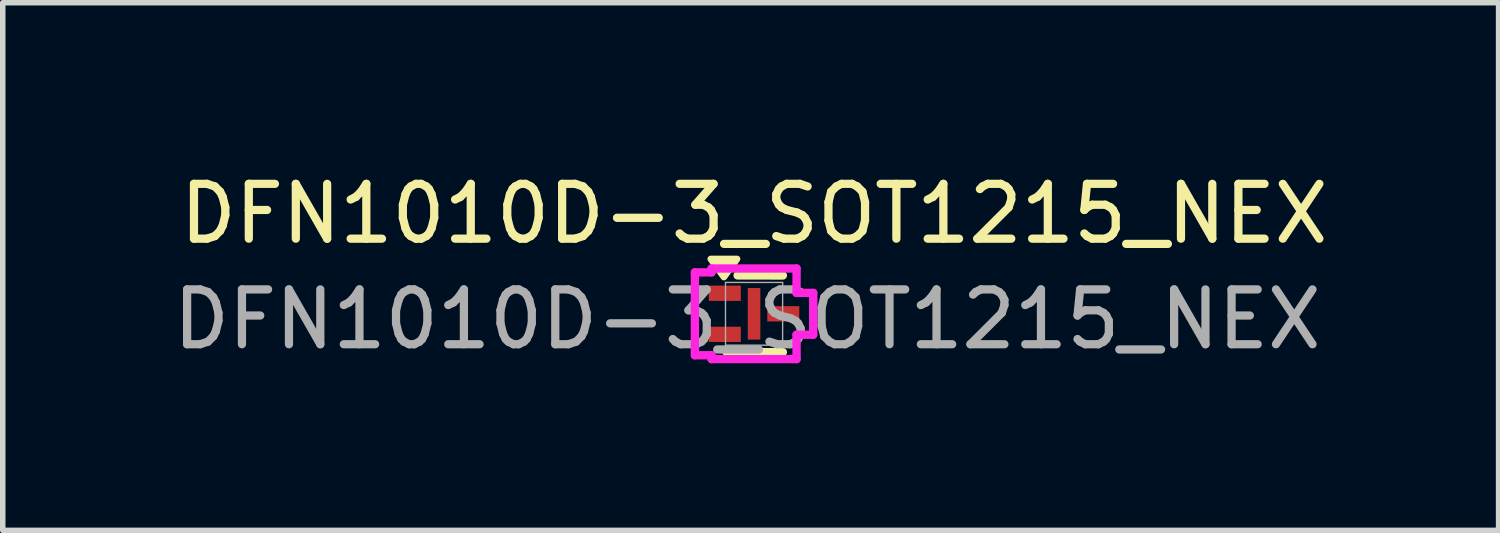
<source format=kicad_pcb>
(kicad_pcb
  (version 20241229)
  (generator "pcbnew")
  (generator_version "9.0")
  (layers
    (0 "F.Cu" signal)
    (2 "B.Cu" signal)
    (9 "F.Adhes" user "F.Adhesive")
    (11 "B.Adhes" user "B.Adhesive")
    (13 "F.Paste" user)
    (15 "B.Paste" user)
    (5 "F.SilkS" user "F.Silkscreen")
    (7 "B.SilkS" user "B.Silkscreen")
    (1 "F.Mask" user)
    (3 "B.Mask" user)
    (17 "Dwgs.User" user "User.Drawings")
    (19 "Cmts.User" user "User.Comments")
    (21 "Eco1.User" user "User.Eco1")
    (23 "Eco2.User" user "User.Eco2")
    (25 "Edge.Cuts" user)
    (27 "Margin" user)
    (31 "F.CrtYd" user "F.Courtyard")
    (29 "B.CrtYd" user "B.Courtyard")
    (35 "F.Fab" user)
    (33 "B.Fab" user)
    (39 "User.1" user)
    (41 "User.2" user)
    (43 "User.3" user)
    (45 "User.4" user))
  (footprint "DFN1010D-3_SOT1215_NEX"
    (layer "F.Cu")
    (at 10.702 2.673)
    (property "Reference" "DFN1010D-3_SOT1215_NEX" (at 0 -1.825 0) (unlocked yes) (layer "F.SilkS") (effects (font (size 1 1) (thickness 0.15))))
    (attr smd)
    (fp_line (start -0.5 0.7) (end 0.525 0.7) (stroke (width 0.152) (type solid)) (layer "F.SilkS"))
    (fp_line (start 0.525 -0.699) (end -0.3 -0.7) (stroke (width 0.152) (type solid)) (layer "F.SilkS"))
    (fp_poly (pts (xy -0.55 -0.67) (xy -0.79 -1) (xy -0.31 -1) (xy -0.55 -0.67)) (stroke (width 0.12) (type solid)) (fill yes) (layer "F.SilkS"))
    (fp_line (start -1.079 -0.756) (end -0.775 -0.756) (stroke (width 0.152) (type solid)) (layer "F.CrtYd"))
    (fp_line (start -1.079 0.756) (end -1.079 -0.756) (stroke (width 0.152) (type solid)) (layer "F.CrtYd"))
    (fp_line (start -0.775 -0.826) (end 0.775 -0.826) (stroke (width 0.152) (type solid)) (layer "F.CrtYd"))
    (fp_line (start -0.775 -0.756) (end -0.775 -0.826) (stroke (width 0.152) (type solid)) (layer "F.CrtYd"))
    (fp_line (start -0.775 0.756) (end -1.079 0.756) (stroke (width 0.152) (type solid)) (layer "F.CrtYd"))
    (fp_line (start -0.775 0.826) (end -0.775 0.756) (stroke (width 0.152) (type solid)) (layer "F.CrtYd"))
    (fp_line (start 0.775 -0.826) (end 0.775 -0.381) (stroke (width 0.152) (type solid)) (layer "F.CrtYd"))
    (fp_line (start 0.775 -0.381) (end 1.079 -0.381) (stroke (width 0.152) (type solid)) (layer "F.CrtYd"))
    (fp_line (start 0.775 0.381) (end 0.775 0.826) (stroke (width 0.152) (type solid)) (layer "F.CrtYd"))
    (fp_line (start 0.775 0.826) (end -0.775 0.826) (stroke (width 0.152) (type solid)) (layer "F.CrtYd"))
    (fp_line (start 1.079 -0.381) (end 1.079 0.381) (stroke (width 0.152) (type solid)) (layer "F.CrtYd"))
    (fp_line (start 1.079 0.381) (end 0.775 0.381) (stroke (width 0.152) (type solid)) (layer "F.CrtYd"))
    (fp_line (start -0.521 -0.572) (end -0.521 0.572) (stroke (width 0.025) (type solid)) (layer "F.Fab"))
    (fp_line (start -0.521 0.572) (end 0.521 0.572) (stroke (width 0.025) (type solid)) (layer "F.Fab"))
    (fp_line (start 0.521 -0.572) (end -0.521 -0.572) (stroke (width 0.025) (type solid)) (layer "F.Fab"))
    (fp_line (start 0.521 0.572) (end 0.521 -0.572) (stroke (width 0.025) (type solid)) (layer "F.Fab"))
    (fp_text user "${REFERENCE}" (at -0.125 0.1 0) (unlocked yes) (layer "F.Fab") (effects (font (size 1 1) (thickness 0.15))))
    (pad "" smd rect (at 0 0) (size 0.229 0.94) (layers "F.Cu" "F.Mask" "F.Paste"))
    (pad "1" smd rect (at -0.533 -0.375) (size 0.584 0.279) (layers "F.Cu" "F.Mask" "F.Paste"))
    (pad "2" smd rect (at -0.533 0.375) (size 0.584 0.279) (layers "F.Cu" "F.Mask" "F.Paste"))
    (pad "3" smd rect (at 0.533 0) (size 0.584 0.279) (layers "F.Cu" "F.Mask" "F.Paste")))
  (gr_rect
    (start -3 -3)
    (end 24.28 6.622)
    (stroke (width 0.1) (type default))
    (fill no)
    (layer "Edge.Cuts")))
</source>
